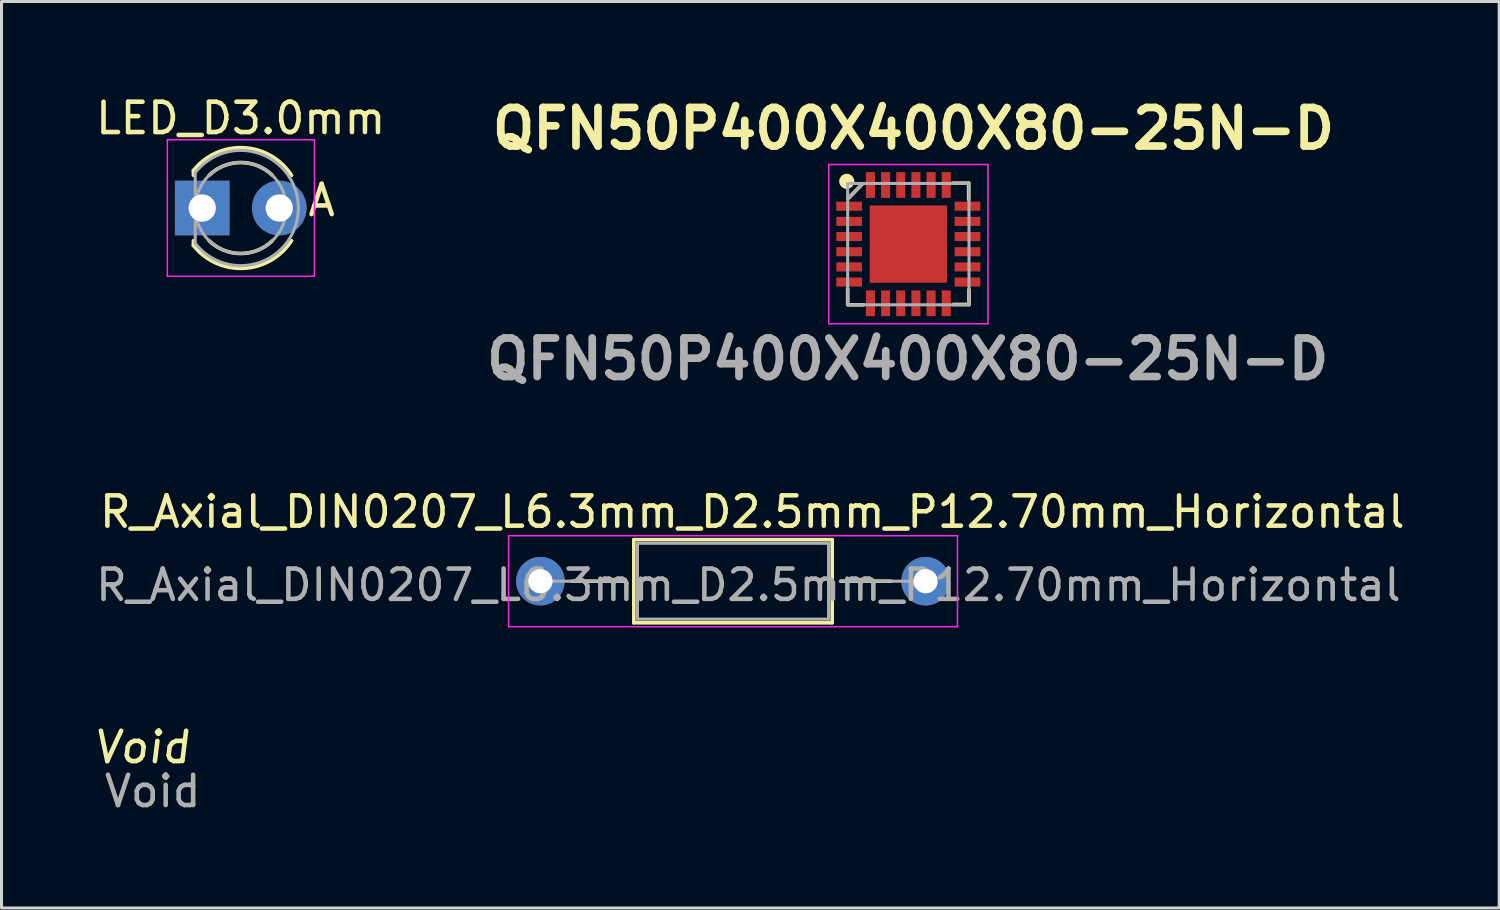
<source format=kicad_pcb>
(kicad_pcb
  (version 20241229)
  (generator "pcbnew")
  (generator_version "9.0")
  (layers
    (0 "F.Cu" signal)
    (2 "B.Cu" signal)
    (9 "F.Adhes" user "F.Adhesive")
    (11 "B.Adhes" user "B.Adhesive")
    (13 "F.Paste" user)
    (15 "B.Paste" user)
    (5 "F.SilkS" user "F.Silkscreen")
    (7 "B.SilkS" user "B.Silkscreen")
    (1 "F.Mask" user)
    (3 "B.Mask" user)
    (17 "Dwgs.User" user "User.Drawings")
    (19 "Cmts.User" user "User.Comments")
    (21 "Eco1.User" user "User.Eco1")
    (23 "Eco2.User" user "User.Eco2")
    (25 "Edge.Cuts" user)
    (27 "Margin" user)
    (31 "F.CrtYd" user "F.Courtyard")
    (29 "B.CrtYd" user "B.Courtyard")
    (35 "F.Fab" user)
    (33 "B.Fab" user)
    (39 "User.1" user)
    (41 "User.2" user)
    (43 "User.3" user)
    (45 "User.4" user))
  (footprint "Void"
    (layer "F.Cu")
    (at 1.584 20.887)
    (property "Reference" "Void" (at 0.05 0.7 0) (layer "F.SilkS") (effects (font (size 1 1) (thickness 0.15) (italic yes))))
    (attr through_hole)
    (fp_text user "${REFERENCE}" (at 0.4 2.15 0) (layer "F.Fab") (effects (font (size 1 1) (thickness 0.15)))))
  (footprint "LED_D3.0mm"
    (layer "F.Cu")
    (at 3.617 3.808)
    (property "Reference" "LED_D3.0mm" (at 1.27 -2.96 0) (layer "F.SilkS") (effects (font (size 1 1) (thickness 0.15))))
    (attr through_hole)
    (fp_line (start -0.29 -1.236) (end -0.29 -1.08) (stroke (width 0.12) (type solid)) (layer "F.SilkS"))
    (fp_line (start -0.29 1.08) (end -0.29 1.236) (stroke (width 0.12) (type solid)) (layer "F.SilkS"))
    (fp_arc (start -0.29 -1.235516) (mid 1.366487 -1.987659) (end 2.942335 -1.078608) (stroke (width 0.12) (type solid)) (layer "F.SilkS"))
    (fp_arc (start 0.229039 -1.08) (mid 1.270117 -1.5) (end 2.31113 -1.079837) (stroke (width 0.12) (type solid)) (layer "F.SilkS"))
    (fp_arc (start 2.31113 1.079837) (mid 1.270117 1.5) (end 0.229039 1.08) (stroke (width 0.12) (type solid)) (layer "F.SilkS"))
    (fp_arc (start 2.942335 1.078608) (mid 1.366487 1.987659) (end -0.29 1.235516) (stroke (width 0.12) (type solid)) (layer "F.SilkS"))
    (fp_line (start -1.15 -2.25) (end -1.15 2.25) (stroke (width 0.05) (type solid)) (layer "F.CrtYd"))
    (fp_line (start -1.15 2.25) (end 3.7 2.25) (stroke (width 0.05) (type solid)) (layer "F.CrtYd"))
    (fp_line (start 3.7 -2.25) (end -1.15 -2.25) (stroke (width 0.05) (type solid)) (layer "F.CrtYd"))
    (fp_line (start 3.7 2.25) (end 3.7 -2.25) (stroke (width 0.05) (type solid)) (layer "F.CrtYd"))
    (fp_line (start -0.23 -1.166) (end -0.23 1.166) (stroke (width 0.1) (type solid)) (layer "F.Fab"))
    (fp_arc (start -0.23 -1.16619) (mid 3.17 0.000452) (end -0.230555 1.165476) (stroke (width 0.1) (type solid)) (layer "F.Fab"))
    (fp_circle (center 1.27 0) (end 2.77 0) (stroke (width 0.1) (type solid)) (fill no) (layer "F.Fab"))
    (fp_text user "A" (at 3.937 -0.254 0) (layer "F.SilkS") (effects (font (size 1 1) (thickness 0.15))))
    (pad "1" thru_hole rect (at 0 0) (size 1.8 1.8) (drill 0.9) (layers "*.Cu" "*.Mask"))
    (pad "2" thru_hole circle (at 2.54 0) (size 1.8 1.8) (drill 0.9) (layers "*.Cu" "*.Mask")))
  (footprint "QFN50P400X400X80-25N-D"
    (layer "F.Cu")
    (at 26.897 4.999)
    (property "Reference" "QFN50P400X400X80-25N-D" (at 0.17 -3.81 0) (layer "F.SilkS") (effects (font (size 1.27 1.27) (thickness 0.254))))
    (attr smd)
    (fp_line (start -2 1.47) (end -2 1.99) (stroke (width 0.12) (type solid)) (layer "F.SilkS"))
    (fp_line (start -1.99 -1.5) (end -1.52 -1.98) (stroke (width 0.12) (type solid)) (layer "F.SilkS"))
    (fp_line (start -1.99 2) (end -1.48 2) (stroke (width 0.12) (type solid)) (layer "F.SilkS"))
    (fp_line (start 1.46 -2.01) (end 1.99 -2.01) (stroke (width 0.12) (type solid)) (layer "F.SilkS"))
    (fp_line (start 1.48 1.99) (end 2 1.99) (stroke (width 0.12) (type solid)) (layer "F.SilkS"))
    (fp_line (start 1.99 -2.01) (end 1.99 -1.47) (stroke (width 0.12) (type solid)) (layer "F.SilkS"))
    (fp_line (start 2 1.99) (end 2 1.5) (stroke (width 0.12) (type solid)) (layer "F.SilkS"))
    (fp_circle (center -2.03 -2.07) (end -1.905 -2.07) (stroke (width 0.25) (type solid)) (fill no) (layer "F.SilkS"))
    (fp_line (start -2.625 -2.625) (end 2.625 -2.625) (stroke (width 0.05) (type solid)) (layer "F.CrtYd"))
    (fp_line (start -2.625 2.625) (end -2.625 -2.625) (stroke (width 0.05) (type solid)) (layer "F.CrtYd"))
    (fp_line (start 2.625 -2.625) (end 2.625 2.625) (stroke (width 0.05) (type solid)) (layer "F.CrtYd"))
    (fp_line (start 2.625 2.625) (end -2.625 2.625) (stroke (width 0.05) (type solid)) (layer "F.CrtYd"))
    (fp_line (start -2 -2) (end 2 -2) (stroke (width 0.1) (type solid)) (layer "F.Fab"))
    (fp_line (start -2 -1.5) (end -1.5 -2) (stroke (width 0.1) (type solid)) (layer "F.Fab"))
    (fp_line (start -2 2) (end -2 -2) (stroke (width 0.1) (type solid)) (layer "F.Fab"))
    (fp_line (start 2 -2) (end 2 2) (stroke (width 0.1) (type solid)) (layer "F.Fab"))
    (fp_line (start 2 2) (end -2 2) (stroke (width 0.1) (type solid)) (layer "F.Fab"))
    (fp_text user "${REFERENCE}" (at -0.02 3.79 0) (layer "F.Fab") (effects (font (size 1.27 1.27) (thickness 0.254))))
    (pad "1" smd rect (at -1.95 -1.25 90) (size 0.3 0.85) (layers "F.Cu" "F.Mask" "F.Paste"))
    (pad "2" smd rect (at -1.95 -0.75 90) (size 0.3 0.85) (layers "F.Cu" "F.Mask" "F.Paste"))
    (pad "3" smd rect (at -1.95 -0.25 90) (size 0.3 0.85) (layers "F.Cu" "F.Mask" "F.Paste"))
    (pad "4" smd rect (at -1.95 0.25 90) (size 0.3 0.85) (layers "F.Cu" "F.Mask" "F.Paste"))
    (pad "5" smd rect (at -1.95 0.75 90) (size 0.3 0.85) (layers "F.Cu" "F.Mask" "F.Paste"))
    (pad "6" smd rect (at -1.95 1.25 90) (size 0.3 0.85) (layers "F.Cu" "F.Mask" "F.Paste"))
    (pad "7" smd rect (at -1.25 1.95) (size 0.3 0.85) (layers "F.Cu" "F.Mask" "F.Paste"))
    (pad "8" smd rect (at -0.75 1.95) (size 0.3 0.85) (layers "F.Cu" "F.Mask" "F.Paste"))
    (pad "9" smd rect (at -0.25 1.95) (size 0.3 0.85) (layers "F.Cu" "F.Mask" "F.Paste"))
    (pad "10" smd rect (at 0.25 1.95) (size 0.3 0.85) (layers "F.Cu" "F.Mask" "F.Paste"))
    (pad "11" smd rect (at 0.75 1.95) (size 0.3 0.85) (layers "F.Cu" "F.Mask" "F.Paste"))
    (pad "12" smd rect (at 1.25 1.95) (size 0.3 0.85) (layers "F.Cu" "F.Mask" "F.Paste"))
    (pad "13" smd rect (at 1.95 1.25 90) (size 0.3 0.85) (layers "F.Cu" "F.Mask" "F.Paste"))
    (pad "14" smd rect (at 1.95 0.75 90) (size 0.3 0.85) (layers "F.Cu" "F.Mask" "F.Paste"))
    (pad "15" smd rect (at 1.95 0.25 90) (size 0.3 0.85) (layers "F.Cu" "F.Mask" "F.Paste"))
    (pad "16" smd rect (at 1.95 -0.25 90) (size 0.3 0.85) (layers "F.Cu" "F.Mask" "F.Paste"))
    (pad "17" smd rect (at 1.95 -0.75 90) (size 0.3 0.85) (layers "F.Cu" "F.Mask" "F.Paste"))
    (pad "18" smd rect (at 1.95 -1.25 90) (size 0.3 0.85) (layers "F.Cu" "F.Mask" "F.Paste"))
    (pad "19" smd rect (at 1.25 -1.95) (size 0.3 0.85) (layers "F.Cu" "F.Mask" "F.Paste"))
    (pad "20" smd rect (at 0.75 -1.95) (size 0.3 0.85) (layers "F.Cu" "F.Mask" "F.Paste"))
    (pad "21" smd rect (at 0.25 -1.95) (size 0.3 0.85) (layers "F.Cu" "F.Mask" "F.Paste"))
    (pad "22" smd rect (at -0.25 -1.95) (size 0.3 0.85) (layers "F.Cu" "F.Mask" "F.Paste"))
    (pad "23" smd rect (at -0.75 -1.95) (size 0.3 0.85) (layers "F.Cu" "F.Mask" "F.Paste"))
    (pad "24" smd rect (at -1.25 -1.95) (size 0.3 0.85) (layers "F.Cu" "F.Mask" "F.Paste"))
    (pad "25" smd rect (at 0 0) (size 2.55 2.55) (layers "F.Cu" "F.Mask" "F.Paste")))
  (footprint "R_Axial_DIN0207_L6.3mm_D2.5mm_P12.70mm_Horizontal"
    (layer "F.Cu")
    (at 14.767 16.112)
    (property "Reference" "R_Axial_DIN0207_L6.3mm_D2.5mm_P12.70mm_Horizontal" (at 6.985 -2.286 0) (layer "F.SilkS") (effects (font (size 1 1) (thickness 0.15))))
    (attr through_hole)
    (fp_line (start 1.04 0) (end 2.794 0) (stroke (width 0.12) (type solid)) (layer "F.SilkS"))
    (fp_line (start 3.08 -1.37) (end 3.08 1.37) (stroke (width 0.12) (type solid)) (layer "F.SilkS"))
    (fp_line (start 3.08 1.37) (end 9.62 1.37) (stroke (width 0.12) (type solid)) (layer "F.SilkS"))
    (fp_line (start 9.62 -1.37) (end 3.08 -1.37) (stroke (width 0.12) (type solid)) (layer "F.SilkS"))
    (fp_line (start 9.62 1.37) (end 9.62 -1.37) (stroke (width 0.12) (type solid)) (layer "F.SilkS"))
    (fp_line (start 11.557 0) (end 9.906 0) (stroke (width 0.12) (type solid)) (layer "F.SilkS"))
    (fp_line (start -1.05 -1.5) (end -1.05 1.5) (stroke (width 0.05) (type solid)) (layer "F.CrtYd"))
    (fp_line (start -1.05 1.5) (end 13.75 1.5) (stroke (width 0.05) (type solid)) (layer "F.CrtYd"))
    (fp_line (start 13.75 -1.5) (end -1.05 -1.5) (stroke (width 0.05) (type solid)) (layer "F.CrtYd"))
    (fp_line (start 13.75 1.5) (end 13.75 -1.5) (stroke (width 0.05) (type solid)) (layer "F.CrtYd"))
    (fp_line (start 0 0) (end 2.794 0) (stroke (width 0.1) (type solid)) (layer "F.Fab"))
    (fp_line (start 3.2 -1.25) (end 3.2 1.25) (stroke (width 0.1) (type solid)) (layer "F.Fab"))
    (fp_line (start 3.2 1.25) (end 9.5 1.25) (stroke (width 0.1) (type solid)) (layer "F.Fab"))
    (fp_line (start 9.5 -1.25) (end 3.2 -1.25) (stroke (width 0.1) (type solid)) (layer "F.Fab"))
    (fp_line (start 9.5 1.25) (end 9.5 -1.25) (stroke (width 0.1) (type solid)) (layer "F.Fab"))
    (fp_line (start 12.7 0) (end 9.881 0) (stroke (width 0.1) (type solid)) (layer "F.Fab"))
    (fp_text user "${REFERENCE}" (at 6.858 0.127 0) (layer "F.Fab") (effects (font (size 1 1) (thickness 0.15))))
    (pad "1" thru_hole circle (at 0 0) (size 1.6 1.6) (drill 0.8) (layers "*.Cu" "*.Mask"))
    (pad "2" thru_hole oval (at 12.7 0) (size 1.6 1.6) (drill 0.8) (layers "*.Cu" "*.Mask")))
  (gr_rect
    (start -3 -3)
    (end 46.377 26.885)
    (stroke (width 0.1) (type default))
    (fill no)
    (layer "Edge.Cuts")))
</source>
